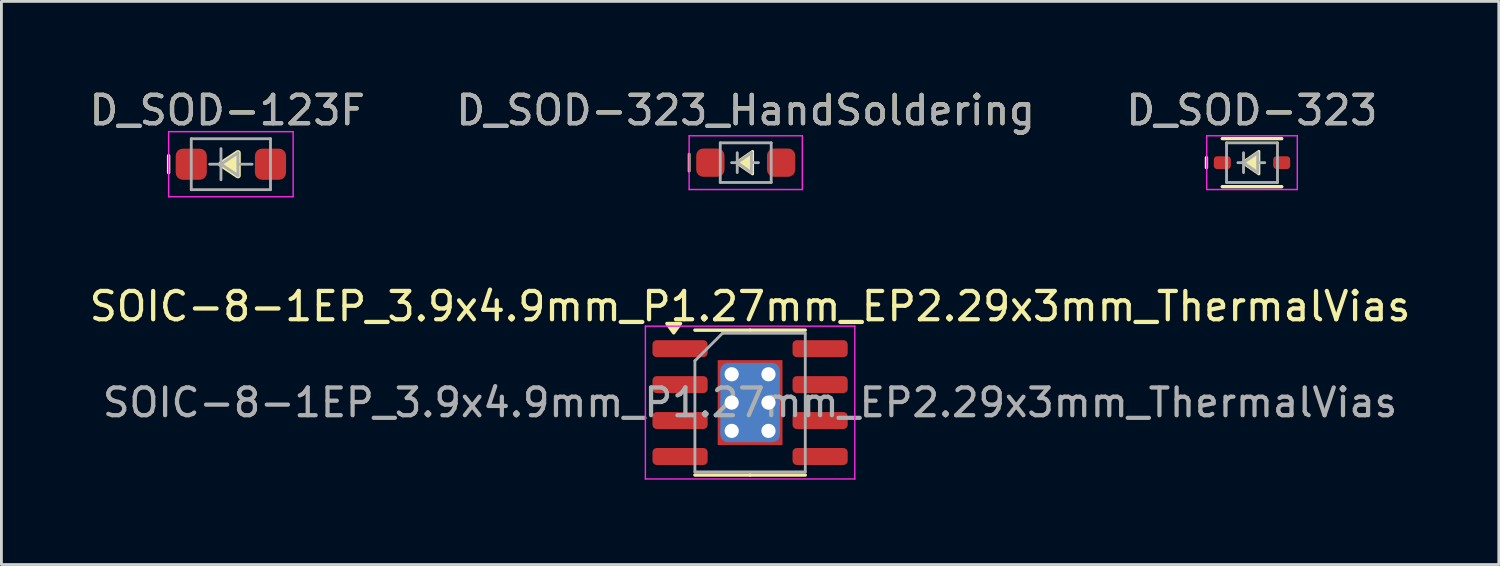
<source format=kicad_pcb>
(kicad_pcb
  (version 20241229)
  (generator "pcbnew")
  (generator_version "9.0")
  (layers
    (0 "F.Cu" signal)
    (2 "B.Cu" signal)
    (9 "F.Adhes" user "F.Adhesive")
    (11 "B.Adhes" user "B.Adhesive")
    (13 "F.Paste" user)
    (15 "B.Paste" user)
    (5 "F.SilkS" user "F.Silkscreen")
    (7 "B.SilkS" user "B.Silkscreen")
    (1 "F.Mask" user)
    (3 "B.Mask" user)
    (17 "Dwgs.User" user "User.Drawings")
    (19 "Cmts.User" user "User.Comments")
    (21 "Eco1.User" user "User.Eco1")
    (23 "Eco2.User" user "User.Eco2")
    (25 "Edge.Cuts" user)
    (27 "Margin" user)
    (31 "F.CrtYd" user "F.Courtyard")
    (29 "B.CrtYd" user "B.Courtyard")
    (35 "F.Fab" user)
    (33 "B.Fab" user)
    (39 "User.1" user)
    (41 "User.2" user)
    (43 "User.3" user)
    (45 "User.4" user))
  (footprint "D_SOD-123F"
    (layer "F.Cu")
    (at 5.109 2.753)
    (property "Reference" "D_SOD-123F" (at -0.127 -1.905 0) (layer "F.SilkS") (effects (font (size 1 1) (thickness 0.15))))
    (attr smd)
    (fp_line (start -2.2 0.3) (end -2.2 -0.3) (stroke (width 0.12) (type default)) (layer "F.SilkS"))
    (fp_poly (pts (xy 0.25 0.4) (xy 0.25 -0.4) (xy -0.35 0)) (stroke (width 0.2) (type solid)) (fill yes) (layer "F.SilkS"))
    (fp_line (start -2.2 -1.15) (end -2.2 1.15) (stroke (width 0.05) (type solid)) (layer "F.CrtYd"))
    (fp_line (start -2.2 -1.15) (end 2.2 -1.15) (stroke (width 0.05) (type solid)) (layer "F.CrtYd"))
    (fp_line (start 2.2 -1.15) (end 2.2 1.15) (stroke (width 0.05) (type solid)) (layer "F.CrtYd"))
    (fp_line (start 2.2 1.15) (end -2.2 1.15) (stroke (width 0.05) (type solid)) (layer "F.CrtYd"))
    (fp_line (start -1.4 -0.9) (end 1.4 -0.9) (stroke (width 0.1) (type solid)) (layer "F.Fab"))
    (fp_line (start -1.4 0.9) (end -1.4 -0.9) (stroke (width 0.1) (type solid)) (layer "F.Fab"))
    (fp_line (start -0.75 0) (end -0.35 0) (stroke (width 0.1) (type solid)) (layer "F.Fab"))
    (fp_line (start -0.35 0) (end -0.35 -0.55) (stroke (width 0.1) (type solid)) (layer "F.Fab"))
    (fp_line (start -0.35 0) (end -0.35 0.55) (stroke (width 0.1) (type solid)) (layer "F.Fab"))
    (fp_line (start -0.35 0) (end 0.25 -0.4) (stroke (width 0.1) (type solid)) (layer "F.Fab"))
    (fp_line (start 0.25 -0.4) (end 0.25 0.4) (stroke (width 0.1) (type solid)) (layer "F.Fab"))
    (fp_line (start 0.25 0) (end 0.75 0) (stroke (width 0.1) (type solid)) (layer "F.Fab"))
    (fp_line (start 0.25 0.4) (end -0.35 0) (stroke (width 0.1) (type solid)) (layer "F.Fab"))
    (fp_line (start 1.4 -0.9) (end 1.4 0.9) (stroke (width 0.1) (type solid)) (layer "F.Fab"))
    (fp_line (start 1.4 0.9) (end -1.4 0.9) (stroke (width 0.1) (type solid)) (layer "F.Fab"))
    (fp_text user "${REFERENCE}" (at -0.127 -1.905 0) (layer "F.Fab") (effects (font (size 1 1) (thickness 0.15))))
    (pad "1" smd roundrect (at -1.4 0) (size 1.1 1.1) (layers "F.Cu" "F.Mask" "F.Paste") (roundrect_rratio 0.227))
    (pad "2" smd roundrect (at 1.4 0) (size 1.1 1.1) (layers "F.Cu" "F.Mask" "F.Paste") (roundrect_rratio 0.227)))
  (footprint "D_SOD-323"
    (layer "F.Cu")
    (at 41.196 2.698)
    (property "Reference" "D_SOD-323" (at 0 -1.85 0) (layer "F.SilkS") (effects (font (size 1 1) (thickness 0.15))))
    (attr smd)
    (fp_line (start -1.61 -0.175) (end -1.61 0.175) (stroke (width 0.12) (type solid)) (layer "F.SilkS"))
    (fp_line (start -1.05 -0.85) (end 1.05 -0.85) (stroke (width 0.12) (type solid)) (layer "F.SilkS"))
    (fp_line (start -1.05 0.85) (end 1.05 0.85) (stroke (width 0.12) (type solid)) (layer "F.SilkS"))
    (fp_poly (pts (xy 0.244 0.4) (xy -0.338 0) (xy 0.244 -0.4)) (stroke (width 0.1) (type solid)) (fill yes) (layer "F.SilkS"))
    (fp_line (start -1.6 -0.95) (end -1.6 0.95) (stroke (width 0.05) (type solid)) (layer "F.CrtYd"))
    (fp_line (start -1.6 -0.95) (end 1.6 -0.95) (stroke (width 0.05) (type solid)) (layer "F.CrtYd"))
    (fp_line (start -1.6 0.95) (end 1.6 0.95) (stroke (width 0.05) (type solid)) (layer "F.CrtYd"))
    (fp_line (start 1.6 -0.95) (end 1.6 0.95) (stroke (width 0.05) (type solid)) (layer "F.CrtYd"))
    (fp_line (start -0.9 -0.7) (end 0.9 -0.7) (stroke (width 0.1) (type solid)) (layer "F.Fab"))
    (fp_line (start -0.9 0.7) (end -0.9 -0.7) (stroke (width 0.1) (type solid)) (layer "F.Fab"))
    (fp_line (start -0.3 -0.35) (end -0.3 0.35) (stroke (width 0.1) (type solid)) (layer "F.Fab"))
    (fp_line (start -0.3 0) (end -0.5 0) (stroke (width 0.1) (type solid)) (layer "F.Fab"))
    (fp_line (start -0.3 0) (end 0.2 -0.35) (stroke (width 0.1) (type solid)) (layer "F.Fab"))
    (fp_line (start 0.2 -0.35) (end 0.2 0.35) (stroke (width 0.1) (type solid)) (layer "F.Fab"))
    (fp_line (start 0.2 0) (end 0.45 0) (stroke (width 0.1) (type solid)) (layer "F.Fab"))
    (fp_line (start 0.2 0.35) (end -0.3 0) (stroke (width 0.1) (type solid)) (layer "F.Fab"))
    (fp_line (start 0.9 -0.7) (end 0.9 0.7) (stroke (width 0.1) (type solid)) (layer "F.Fab"))
    (fp_line (start 0.9 0.7) (end -0.9 0.7) (stroke (width 0.1) (type solid)) (layer "F.Fab"))
    (fp_text user "${REFERENCE}" (at 0 -1.85 0) (layer "F.Fab") (effects (font (size 1 1) (thickness 0.15))))
    (pad "1" smd roundrect (at -1.05 0) (size 0.6 0.45) (layers "F.Cu" "F.Mask" "F.Paste") (roundrect_rratio 0.25))
    (pad "2" smd roundrect (at 1.05 0) (size 0.6 0.45) (layers "F.Cu" "F.Mask" "F.Paste") (roundrect_rratio 0.25)))
  (footprint "D_SOD-323_HandSoldering"
    (layer "F.Cu")
    (at 23.304 2.698)
    (property "Reference" "D_SOD-323_HandSoldering" (at 0 -1.85 0) (layer "F.SilkS") (effects (font (size 1 1) (thickness 0.15))))
    (attr smd)
    (fp_line (start -2 0.3) (end -2 -0.3) (stroke (width 0.1) (type default)) (layer "F.SilkS"))
    (fp_poly (pts (xy 0.244 0.4) (xy -0.338 0) (xy 0.244 -0.4)) (stroke (width 0.1) (type solid)) (fill yes) (layer "F.SilkS"))
    (fp_line (start -2 -0.95) (end -2 0.95) (stroke (width 0.05) (type solid)) (layer "F.CrtYd"))
    (fp_line (start -2 -0.95) (end 2 -0.95) (stroke (width 0.05) (type solid)) (layer "F.CrtYd"))
    (fp_line (start -2 0.95) (end 2 0.95) (stroke (width 0.05) (type solid)) (layer "F.CrtYd"))
    (fp_line (start 2 -0.95) (end 2 0.95) (stroke (width 0.05) (type solid)) (layer "F.CrtYd"))
    (fp_line (start -0.9 -0.7) (end 0.9 -0.7) (stroke (width 0.1) (type solid)) (layer "F.Fab"))
    (fp_line (start -0.9 0.7) (end -0.9 -0.7) (stroke (width 0.1) (type solid)) (layer "F.Fab"))
    (fp_line (start -0.3 -0.35) (end -0.3 0.35) (stroke (width 0.1) (type solid)) (layer "F.Fab"))
    (fp_line (start -0.3 0) (end -0.5 0) (stroke (width 0.1) (type solid)) (layer "F.Fab"))
    (fp_line (start -0.3 0) (end 0.2 -0.35) (stroke (width 0.1) (type solid)) (layer "F.Fab"))
    (fp_line (start 0.2 -0.35) (end 0.2 0.35) (stroke (width 0.1) (type solid)) (layer "F.Fab"))
    (fp_line (start 0.2 0) (end 0.45 0) (stroke (width 0.1) (type solid)) (layer "F.Fab"))
    (fp_line (start 0.2 0.35) (end -0.3 0) (stroke (width 0.1) (type solid)) (layer "F.Fab"))
    (fp_line (start 0.9 -0.7) (end 0.9 0.7) (stroke (width 0.1) (type solid)) (layer "F.Fab"))
    (fp_line (start 0.9 0.7) (end -0.9 0.7) (stroke (width 0.1) (type solid)) (layer "F.Fab"))
    (fp_text user "${REFERENCE}" (at 0 -1.85 0) (layer "F.Fab") (effects (font (size 1 1) (thickness 0.15))))
    (pad "1" smd roundrect (at -1.25 0) (size 1 1) (layers "F.Cu" "F.Mask" "F.Paste") (roundrect_rratio 0.25))
    (pad "2" smd roundrect (at 1.25 0) (size 1 1) (layers "F.Cu" "F.Mask" "F.Paste") (roundrect_rratio 0.25)))
  (footprint "SOIC-8-1EP_3.9x4.9mm_P1.27mm_EP2.29x3mm_ThermalVias"
    (layer "F.Cu")
    (at 23.458 11.177)
    (property "Reference" "SOIC-8-1EP_3.9x4.9mm_P1.27mm_EP2.29x3mm_ThermalVias" (at 0 -3.4 0) (layer "F.SilkS") (effects (font (size 1 1) (thickness 0.15))))
    (attr smd)
    (fp_line (start 0 -2.56) (end -1.95 -2.56) (stroke (width 0.12) (type solid)) (layer "F.SilkS"))
    (fp_line (start 0 -2.56) (end 1.95 -2.56) (stroke (width 0.12) (type solid)) (layer "F.SilkS"))
    (fp_line (start 0 2.56) (end -1.95 2.56) (stroke (width 0.12) (type solid)) (layer "F.SilkS"))
    (fp_line (start 0 2.56) (end 1.95 2.56) (stroke (width 0.12) (type solid)) (layer "F.SilkS"))
    (fp_poly (pts (xy -2.7 -2.465) (xy -2.94 -2.795) (xy -2.46 -2.795) (xy -2.7 -2.465)) (stroke (width 0.12) (type solid)) (fill yes) (layer "F.SilkS"))
    (fp_line (start -3.7 -2.7) (end -3.7 2.7) (stroke (width 0.05) (type solid)) (layer "F.CrtYd"))
    (fp_line (start -3.7 2.7) (end 3.7 2.7) (stroke (width 0.05) (type solid)) (layer "F.CrtYd"))
    (fp_line (start 3.7 -2.7) (end -3.7 -2.7) (stroke (width 0.05) (type solid)) (layer "F.CrtYd"))
    (fp_line (start 3.7 2.7) (end 3.7 -2.7) (stroke (width 0.05) (type solid)) (layer "F.CrtYd"))
    (fp_line (start -1.95 -1.475) (end -0.975 -2.45) (stroke (width 0.1) (type solid)) (layer "F.Fab"))
    (fp_line (start -1.95 2.45) (end -1.95 -1.475) (stroke (width 0.1) (type solid)) (layer "F.Fab"))
    (fp_line (start -0.975 -2.45) (end 1.95 -2.45) (stroke (width 0.1) (type solid)) (layer "F.Fab"))
    (fp_line (start 1.95 -2.45) (end 1.95 2.45) (stroke (width 0.1) (type solid)) (layer "F.Fab"))
    (fp_line (start 1.95 2.45) (end -1.95 2.45) (stroke (width 0.1) (type solid)) (layer "F.Fab"))
    (fp_text user "${REFERENCE}" (at 0 0 0) (layer "F.Fab") (effects (font (size 0.98 0.98) (thickness 0.15))))
    (pad "" smd roundrect (at -0.57 -0.75) (size 0.96 1.25) (layers "F.Paste") (roundrect_rratio 0.25))
    (pad "" smd roundrect (at -0.57 0.75) (size 0.96 1.25) (layers "F.Paste") (roundrect_rratio 0.25))
    (pad "" smd roundrect (at 0.57 -0.75) (size 0.96 1.25) (layers "F.Paste") (roundrect_rratio 0.25))
    (pad "" smd roundrect (at 0.57 0.75) (size 0.96 1.25) (layers "F.Paste") (roundrect_rratio 0.25))
    (pad "1" smd roundrect (at -2.475 -1.905) (size 1.95 0.6) (layers "F.Cu" "F.Mask" "F.Paste") (roundrect_rratio 0.25))
    (pad "2" smd roundrect (at -2.475 -0.635) (size 1.95 0.6) (layers "F.Cu" "F.Mask" "F.Paste") (roundrect_rratio 0.25))
    (pad "3" smd roundrect (at -2.475 0.635) (size 1.95 0.6) (layers "F.Cu" "F.Mask" "F.Paste") (roundrect_rratio 0.25))
    (pad "4" smd roundrect (at -2.475 1.905) (size 1.95 0.6) (layers "F.Cu" "F.Mask" "F.Paste") (roundrect_rratio 0.25))
    (pad "5" smd roundrect (at 2.475 1.905) (size 1.95 0.6) (layers "F.Cu" "F.Mask" "F.Paste") (roundrect_rratio 0.25))
    (pad "6" smd roundrect (at 2.475 0.635) (size 1.95 0.6) (layers "F.Cu" "F.Mask" "F.Paste") (roundrect_rratio 0.25))
    (pad "7" smd roundrect (at 2.475 -0.635) (size 1.95 0.6) (layers "F.Cu" "F.Mask" "F.Paste") (roundrect_rratio 0.25))
    (pad "8" smd roundrect (at 2.475 -1.905) (size 1.95 0.6) (layers "F.Cu" "F.Mask" "F.Paste") (roundrect_rratio 0.25))
    (pad "9" thru_hole circle (at -0.65 -1) (size 0.8 0.8) (drill 0.5) (property pad_prop_heatsink) (layers "*.Cu"))
    (pad "9" thru_hole circle (at -0.65 0) (size 0.8 0.8) (drill 0.5) (property pad_prop_heatsink) (layers "*.Cu"))
    (pad "9" thru_hole circle (at -0.65 1) (size 0.8 0.8) (drill 0.5) (property pad_prop_heatsink) (layers "*.Cu"))
    (pad "9" smd roundrect (at 0 0) (size 2.1 2.8) (property pad_prop_heatsink) (layers "B.Cu") (roundrect_rratio 0.125))
    (pad "9" smd rect (at 0 0) (size 2.29 3) (property pad_prop_heatsink) (layers "F.Cu" "F.Mask"))
    (pad "9" thru_hole circle (at 0.65 -1) (size 0.8 0.8) (drill 0.5) (property pad_prop_heatsink) (layers "*.Cu"))
    (pad "9" thru_hole circle (at 0.65 0) (size 0.8 0.8) (drill 0.5) (property pad_prop_heatsink) (layers "*.Cu"))
    (pad "9" thru_hole circle (at 0.65 1) (size 0.8 0.8) (drill 0.5) (property pad_prop_heatsink) (layers "*.Cu")))
  (gr_rect
    (start -3 -3)
    (end 49.917 16.901)
    (stroke (width 0.1) (type default))
    (fill no)
    (layer "Edge.Cuts")))
</source>
